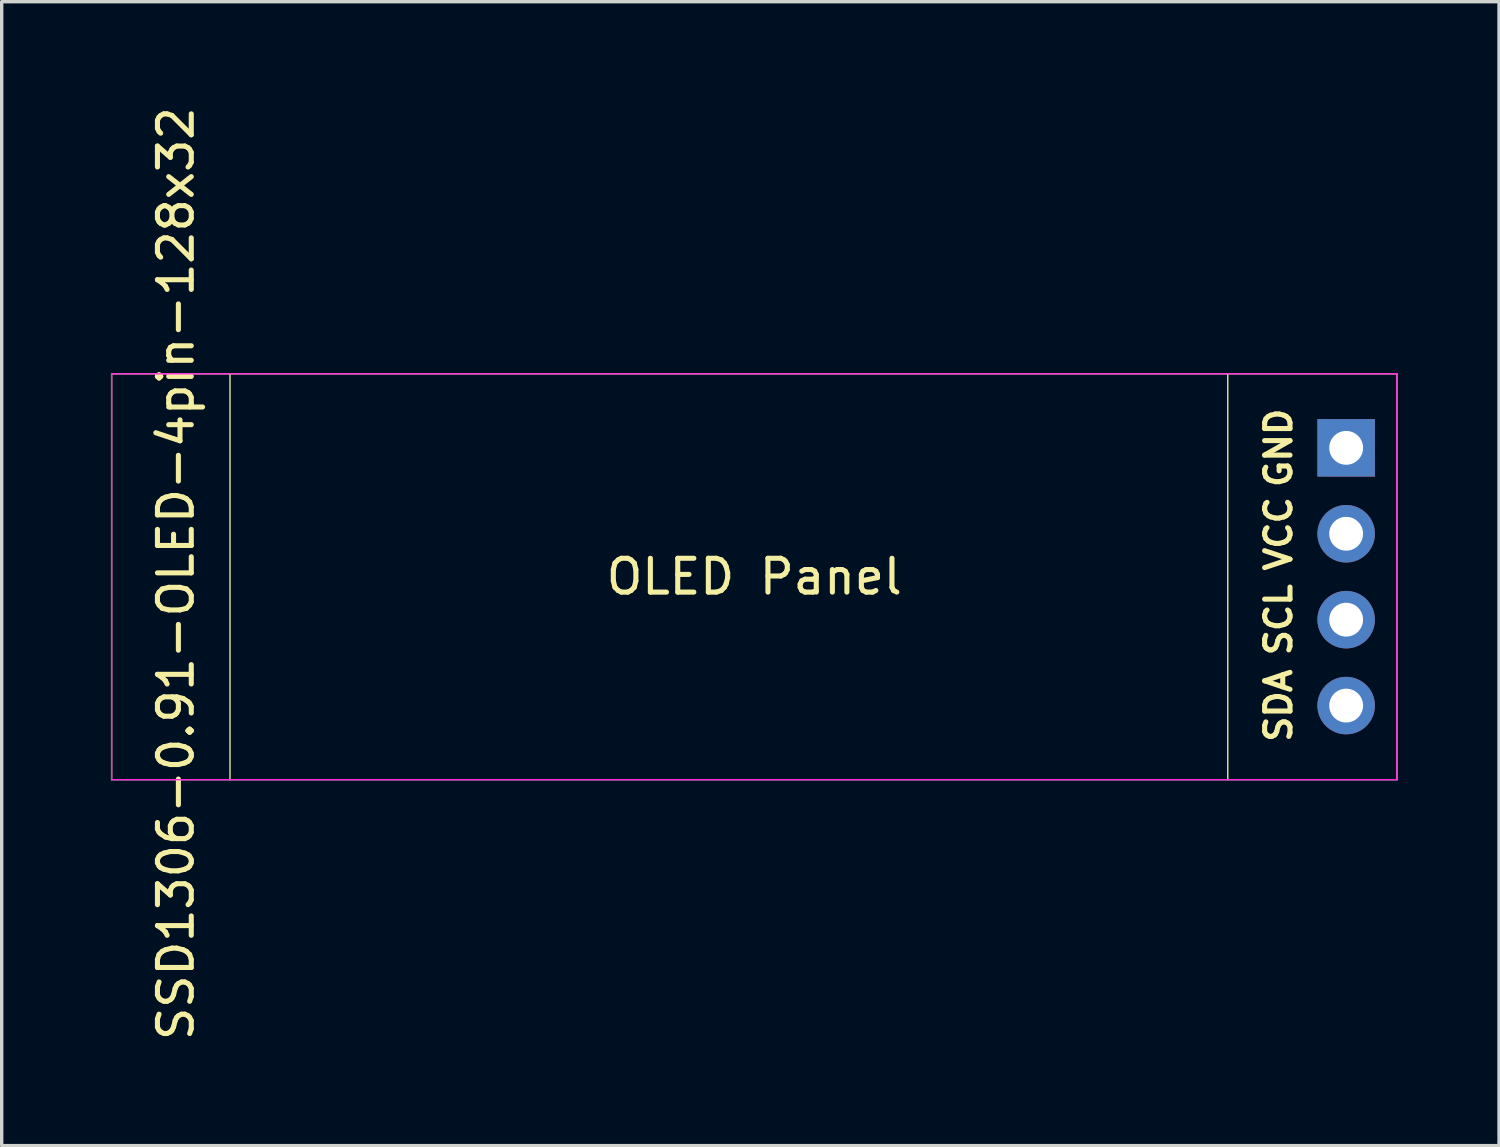
<source format=kicad_pcb>
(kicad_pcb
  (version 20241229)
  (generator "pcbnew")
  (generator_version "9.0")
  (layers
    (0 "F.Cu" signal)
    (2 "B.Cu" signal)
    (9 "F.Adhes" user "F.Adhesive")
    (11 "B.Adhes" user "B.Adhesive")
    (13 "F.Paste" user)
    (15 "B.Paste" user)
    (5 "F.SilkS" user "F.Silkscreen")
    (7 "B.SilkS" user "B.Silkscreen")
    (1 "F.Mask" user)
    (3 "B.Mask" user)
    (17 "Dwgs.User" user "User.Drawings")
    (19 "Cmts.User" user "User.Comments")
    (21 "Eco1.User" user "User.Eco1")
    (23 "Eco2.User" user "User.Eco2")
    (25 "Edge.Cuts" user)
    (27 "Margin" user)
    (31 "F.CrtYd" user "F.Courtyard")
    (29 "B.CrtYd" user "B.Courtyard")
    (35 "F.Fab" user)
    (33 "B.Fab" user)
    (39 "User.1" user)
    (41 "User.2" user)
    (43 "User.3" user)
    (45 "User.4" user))
  (footprint "SSD1306-0.91-OLED-4pin-128x32"
    (layer "F.Cu")
    (at 0.25 8.001)
    (property "Reference" "SSD1306-0.91-OLED-4pin-128x32" (at 1.9 5.91 90) (layer "F.SilkS") (effects (font (size 1 1) (thickness 0.15))))
    (attr through_hole)
    (fp_line (start 0 0) (end 0 12) (stroke (width 0.04) (type solid)) (layer "F.SilkS"))
    (fp_line (start 0 12) (end 38 12) (stroke (width 0.04) (type solid)) (layer "F.SilkS"))
    (fp_line (start 3.5 0) (end 3.5 12) (stroke (width 0.04) (type solid)) (layer "F.SilkS"))
    (fp_line (start 33 0) (end 33 12) (stroke (width 0.04) (type solid)) (layer "F.SilkS"))
    (fp_line (start 38 0) (end 0 0) (stroke (width 0.04) (type solid)) (layer "F.SilkS"))
    (fp_line (start 38 12) (end 38 0) (stroke (width 0.04) (type solid)) (layer "F.SilkS"))
    (fp_line (start 0 0) (end 0 12) (stroke (width 0.04) (type solid)) (layer "F.CrtYd"))
    (fp_line (start 0 12) (end 38 12) (stroke (width 0.04) (type solid)) (layer "F.CrtYd"))
    (fp_line (start 38 0) (end 0 0) (stroke (width 0.04) (type solid)) (layer "F.CrtYd"))
    (fp_line (start 38 12) (end 38 0) (stroke (width 0.04) (type solid)) (layer "F.CrtYd"))
    (fp_text user "SCL" (at 34.5 7.27 270) (layer "F.SilkS") (effects (font (size 0.75 0.75) (thickness 0.15))))
    (fp_text user "OLED Panel" (at 19 6 0) (layer "F.SilkS") (effects (font (size 1 1) (thickness 0.15))))
    (fp_text user "GND" (at 34.5 2.19 270) (layer "F.SilkS") (effects (font (size 0.75 0.75) (thickness 0.15))))
    (fp_text user "VCC" (at 34.5 4.73 270) (layer "F.SilkS") (effects (font (size 0.75 0.75) (thickness 0.15))))
    (fp_text user "SDA" (at 34.5 9.81 270) (layer "F.SilkS") (effects (font (size 0.75 0.75) (thickness 0.15))))
    (pad "1" thru_hole rect (at 36.5 2.19) (size 1.7 1.7) (drill 1) (layers "*.Cu" "*.Mask"))
    (pad "2" thru_hole oval (at 36.5 4.73) (size 1.7 1.7) (drill 1) (layers "*.Cu" "*.Mask"))
    (pad "3" thru_hole oval (at 36.5 7.27) (size 1.7 1.7) (drill 1) (layers "*.Cu" "*.Mask"))
    (pad "4" thru_hole oval (at 36.5 9.81) (size 1.7 1.7) (drill 1) (layers "*.Cu" "*.Mask")))
  (gr_rect
    (start -3 -3)
    (end 41.27 30.821)
    (stroke (width 0.1) (type default))
    (fill no)
    (layer "Edge.Cuts")))
</source>
